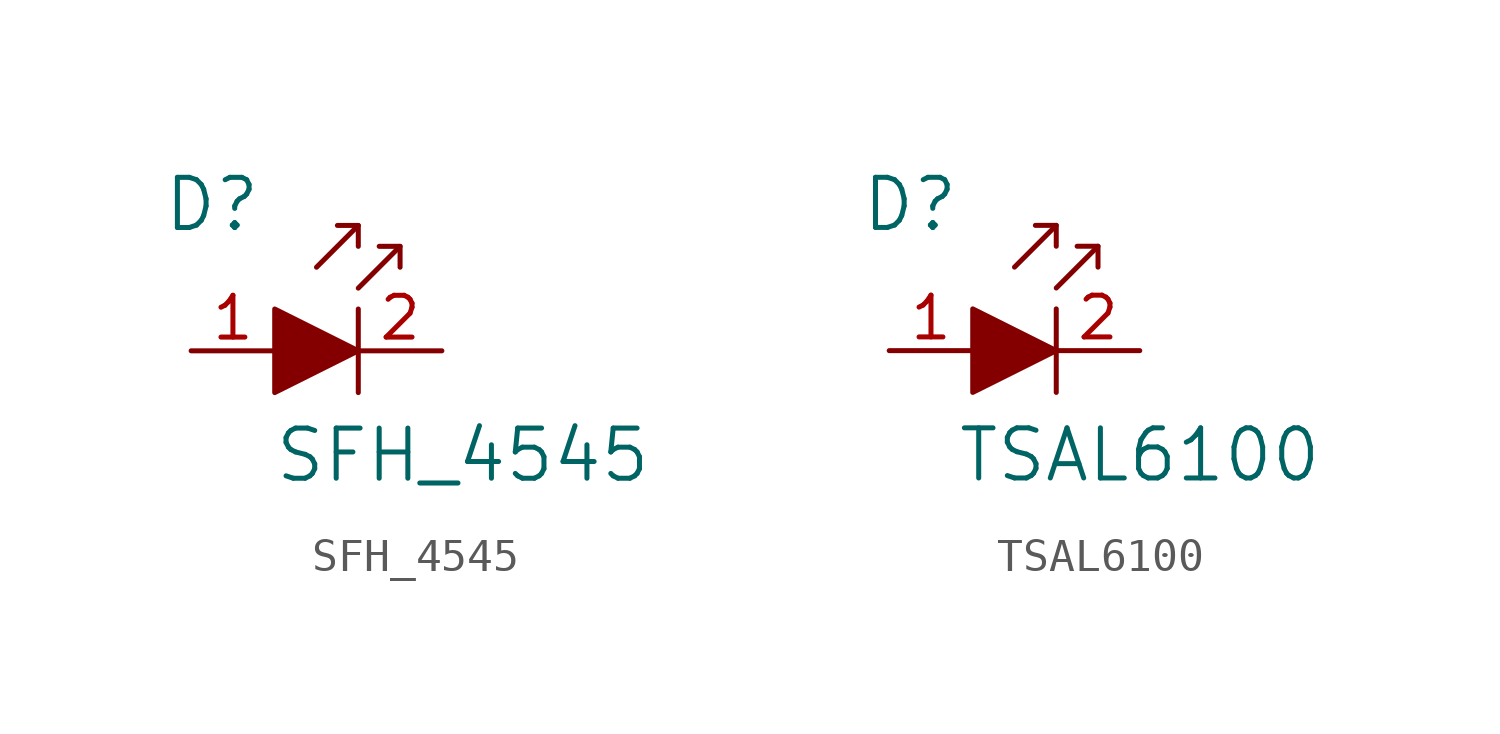
<source format=kicad_sym>
(kicad_symbol_lib
  (version 20220914)
  (generator kicad_symbol_editor)
  (symbol "SFH_4545"
    (pin_names
      (offset 0))
    (property "Reference" "D"
      (at -1.905 4.445 0)
      (effects (font (size 1.524 1.524))))
    (property "Value" "SFH_4545"
      (at 5.715 -3.175 0)
      (effects (font (size 1.524 1.524))))
    (symbol "SFH_4545_0_1"
      (polyline (pts (xy 2.54 1.27) (xy 2.54 -1.27)) (stroke (width 0) (type solid)) (fill (type none)))
      (polyline (pts (xy 2.54 3.81) (xy 1.27 2.54)) (stroke (width 0) (type solid)) (fill (type none)))
      (polyline (pts (xy 3.81 3.175) (xy 2.54 1.905)) (stroke (width 0) (type solid)) (fill (type none)))
      (polyline (pts (xy 1.905 3.81) (xy 2.54 3.81) (xy 2.54 3.175)) (stroke (width 0) (type solid)) (fill (type none)))
      (polyline (pts (xy 3.175 3.175) (xy 3.81 3.175) (xy 3.81 2.54)) (stroke (width 0) (type solid)) (fill (type none)))
      (polyline (pts (xy 0 1.27) (xy 0 -1.27) (xy 2.54 0) (xy 0 1.27)) (stroke (width 0) (type solid)) (fill (type outline))))
    (symbol "SFH_4545_1_1"
      (pin passive line (at -2.54 0 0) (length 2.54) (name "~" (effects (font (size 1.27 1.27)))) (number "1" (effects (font (size 1.27 1.27)))))
      (pin passive line (at 5.08 0 180) (length 2.54) (name "~" (effects (font (size 1.27 1.27)))) (number "2" (effects (font (size 1.27 1.27)))))))
  (symbol "TSAL6100"
    (pin_names
      (offset 0))
    (property "Reference" "D"
      (at -1.905 4.445 0)
      (effects (font (size 1.524 1.524))))
    (property "Value" "TSAL6100"
      (at 5.08 -3.175 0)
      (effects (font (size 1.524 1.524))))
    (symbol "TSAL6100_0_1"
      (polyline (pts (xy 2.54 1.27) (xy 2.54 -1.27)) (stroke (width 0) (type solid)) (fill (type none)))
      (polyline (pts (xy 2.54 3.81) (xy 1.27 2.54)) (stroke (width 0) (type solid)) (fill (type none)))
      (polyline (pts (xy 3.81 3.175) (xy 2.54 1.905)) (stroke (width 0) (type solid)) (fill (type none)))
      (polyline (pts (xy 1.905 3.81) (xy 2.54 3.81) (xy 2.54 3.175)) (stroke (width 0) (type solid)) (fill (type none)))
      (polyline (pts (xy 3.175 3.175) (xy 3.81 3.175) (xy 3.81 2.54)) (stroke (width 0) (type solid)) (fill (type none)))
      (polyline (pts (xy 0 1.27) (xy 0 -1.27) (xy 2.54 0) (xy 0 1.27)) (stroke (width 0) (type solid)) (fill (type outline))))
    (symbol "TSAL6100_1_1"
      (pin passive line (at -2.54 0 0) (length 2.54) (name "~" (effects (font (size 1.27 1.27)))) (number "1" (effects (font (size 1.27 1.27)))))
      (pin passive line (at 5.08 0 180) (length 2.54) (name "~" (effects (font (size 1.27 1.27)))) (number "2" (effects (font (size 1.27 1.27))))))))
</source>
